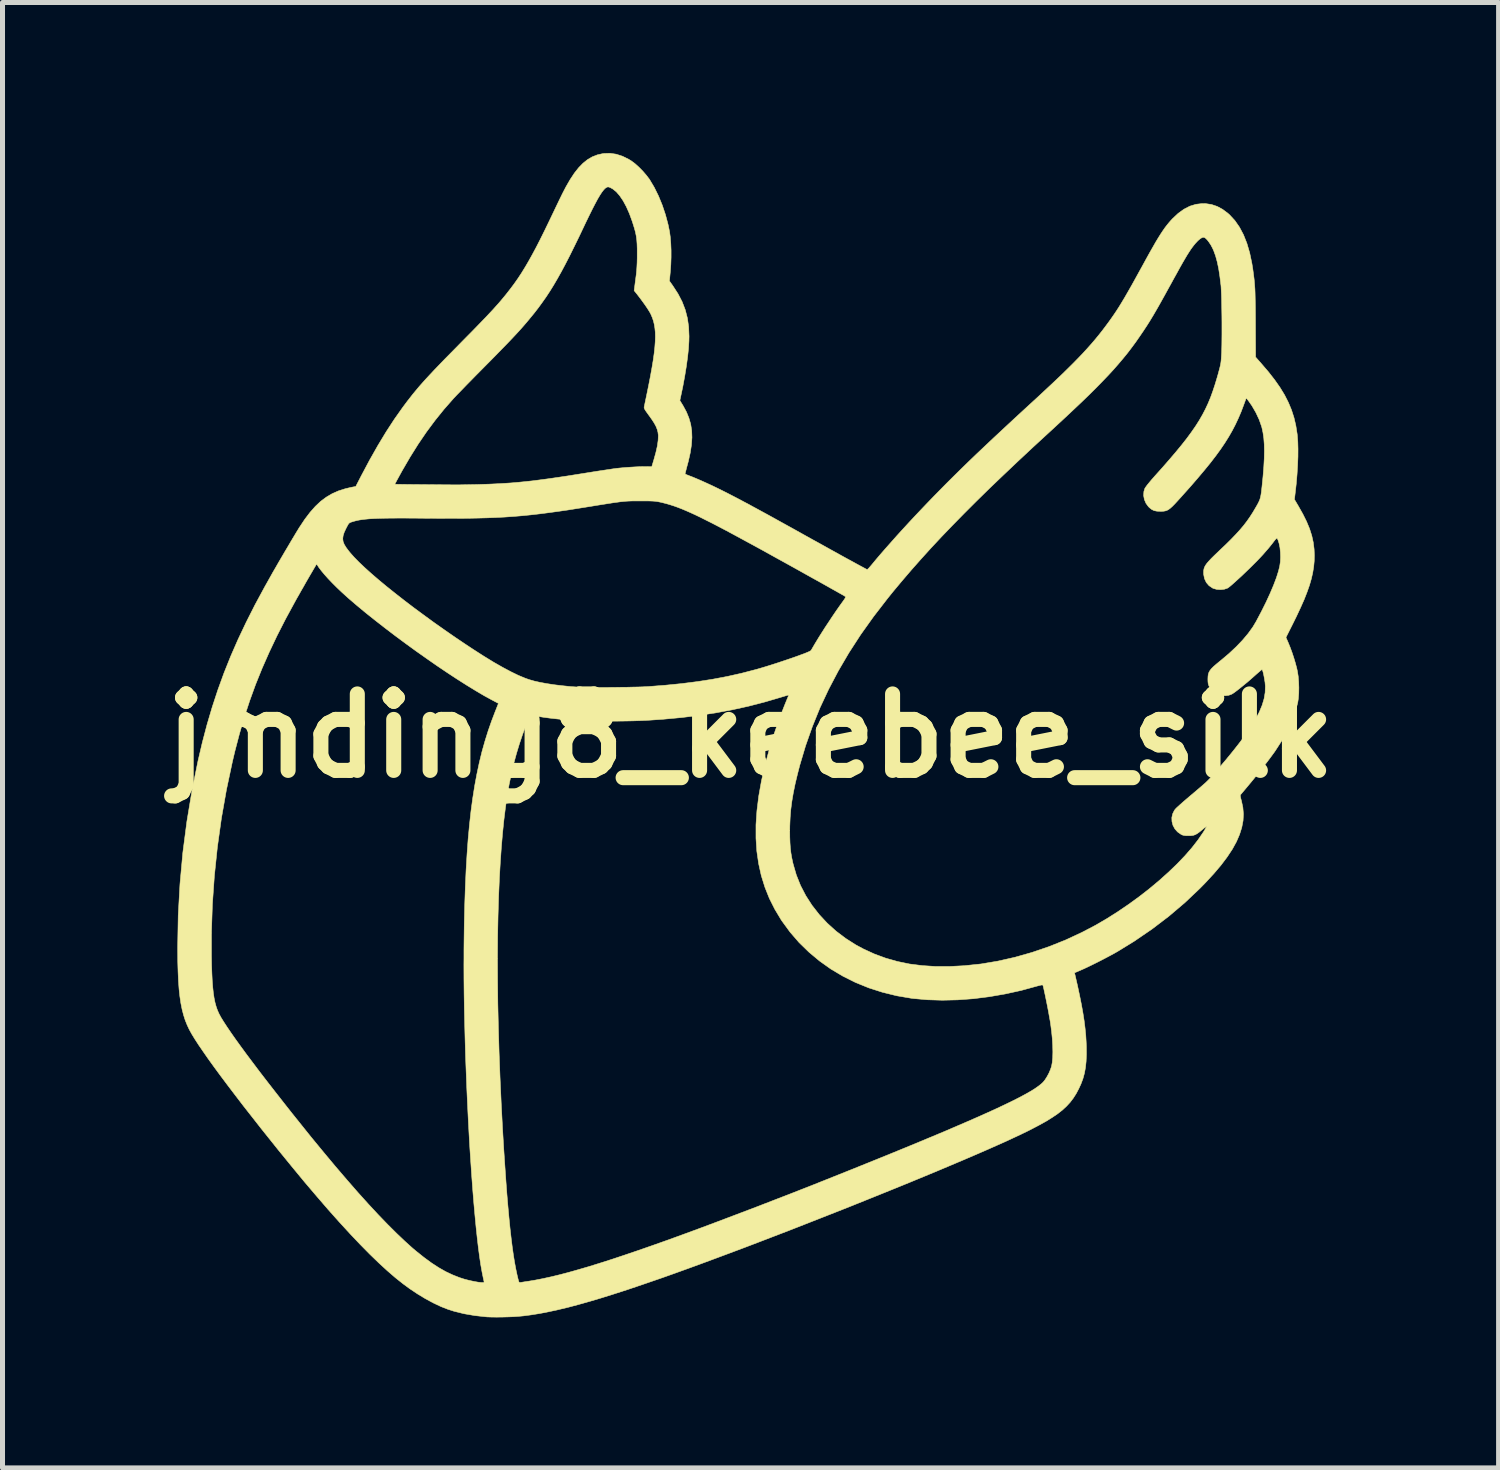
<source format=kicad_pcb>
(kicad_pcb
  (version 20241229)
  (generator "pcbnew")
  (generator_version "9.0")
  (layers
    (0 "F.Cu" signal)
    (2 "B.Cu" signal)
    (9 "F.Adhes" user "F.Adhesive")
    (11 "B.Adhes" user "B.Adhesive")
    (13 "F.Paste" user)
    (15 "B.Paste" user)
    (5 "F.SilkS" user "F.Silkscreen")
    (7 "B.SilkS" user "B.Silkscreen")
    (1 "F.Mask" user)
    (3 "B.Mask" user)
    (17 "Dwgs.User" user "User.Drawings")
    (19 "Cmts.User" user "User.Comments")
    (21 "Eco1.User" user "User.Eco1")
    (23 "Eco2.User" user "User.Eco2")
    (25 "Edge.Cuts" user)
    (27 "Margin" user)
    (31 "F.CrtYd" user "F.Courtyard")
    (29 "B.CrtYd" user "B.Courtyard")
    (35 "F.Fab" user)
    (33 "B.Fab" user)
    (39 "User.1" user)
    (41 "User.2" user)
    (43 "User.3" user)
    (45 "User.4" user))
  (footprint "jmding8_keebee_silk"
    (layer "F.Cu")
    (at 11.909 11.615)
    (property "Reference" "jmding8_keebee_silk" (at 0 0 0) (layer "F.SilkS") (effects (font (size 1.524 1.524) (thickness 0.3))))
    (attr through_hole)
    (fp_poly (pts (xy 3.69 -1.395) (xy 3.715 -1.387) (xy 3.733 -1.369) (xy 3.745 -1.338) (xy 3.752 -1.291) (xy 3.755 -1.225) (xy 3.755 -1.19) (xy 3.755 -1.15) (xy 3.754 -1.111) (xy 3.752 -1.071) (xy 3.749 -1.028) (xy 3.745 -0.979) (xy 3.739 -0.923) (xy 3.731 -0.856) (xy 3.722 -0.777) (xy 3.71 -0.684) (xy 3.696 -0.573) (xy 3.678 -0.444) (xy 3.665 -0.346) (xy 3.651 -0.235) (xy 3.637 -0.123) (xy 3.623 -0.013) (xy 3.611 0.09) (xy 3.6 0.183) (xy 3.592 0.261) (xy 3.586 0.32) (xy 3.585 0.323) (xy 3.57 0.608) (xy 3.574 0.882) (xy 3.597 1.147) (xy 3.639 1.4) (xy 3.7 1.642) (xy 3.781 1.872) (xy 3.88 2.089) (xy 3.88 2.089) (xy 3.972 2.247) (xy 4.077 2.389) (xy 4.197 2.516) (xy 4.334 2.631) (xy 4.49 2.734) (xy 4.632 2.812) (xy 4.679 2.835) (xy 4.743 2.864) (xy 4.818 2.897) (xy 4.9 2.932) (xy 4.982 2.966) (xy 5.013 2.979) (xy 5.166 3.042) (xy 5.298 3.1) (xy 5.411 3.153) (xy 5.504 3.2) (xy 5.579 3.244) (xy 5.638 3.284) (xy 5.68 3.322) (xy 5.707 3.358) (xy 5.721 3.392) (xy 5.722 3.426) (xy 5.72 3.435) (xy 5.698 3.476) (xy 5.655 3.517) (xy 5.594 3.557) (xy 5.515 3.595) (xy 5.422 3.63) (xy 5.316 3.663) (xy 5.2 3.692) (xy 5.075 3.718) (xy 4.944 3.739) (xy 4.808 3.755) (xy 4.67 3.767) (xy 4.533 3.772) (xy 4.397 3.771) (xy 4.324 3.768) (xy 4.074 3.744) (xy 3.842 3.704) (xy 3.625 3.649) (xy 3.426 3.577) (xy 3.242 3.49) (xy 3.074 3.386) (xy 2.923 3.266) (xy 2.851 3.199) (xy 2.723 3.054) (xy 2.614 2.896) (xy 2.522 2.724) (xy 2.45 2.54) (xy 2.397 2.343) (xy 2.362 2.134) (xy 2.347 1.914) (xy 2.348 1.749) (xy 2.361 1.549) (xy 2.388 1.345) (xy 2.429 1.135) (xy 2.485 0.916) (xy 2.555 0.687) (xy 2.641 0.445) (xy 2.699 0.294) (xy 2.771 0.12) (xy 2.847 -0.053) (xy 2.926 -0.225) (xy 3.008 -0.393) (xy 3.09 -0.555) (xy 3.173 -0.708) (xy 3.254 -0.851) (xy 3.333 -0.982) (xy 3.408 -1.099) (xy 3.479 -1.199) (xy 3.544 -1.28) (xy 3.58 -1.32) (xy 3.618 -1.358) (xy 3.645 -1.381) (xy 3.665 -1.393) (xy 3.684 -1.395) (xy 3.69 -1.395)) (stroke (width 0.01) (type solid)) (fill yes) (layer "F.Mask"))
    (fp_poly (pts (xy -8.642 -3.414) (xy -8.634 -3.403) (xy -8.601 -3.352) (xy -8.553 -3.289) (xy -8.49 -3.215) (xy -8.417 -3.134) (xy -8.335 -3.047) (xy -8.246 -2.958) (xy -8.152 -2.867) (xy -8.055 -2.777) (xy -7.959 -2.692) (xy -7.938 -2.673) (xy -7.77 -2.533) (xy -7.591 -2.387) (xy -7.401 -2.237) (xy -7.203 -2.085) (xy -7 -1.933) (xy -6.793 -1.781) (xy -6.584 -1.631) (xy -6.376 -1.485) (xy -6.171 -1.344) (xy -5.97 -1.21) (xy -5.777 -1.085) (xy -5.593 -0.969) (xy -5.42 -0.864) (xy -5.261 -0.773) (xy -5.156 -0.716) (xy -5.025 -0.646) (xy -5.088 -0.488) (xy -5.162 -0.294) (xy -5.231 -0.096) (xy -5.295 0.107) (xy -5.353 0.316) (xy -5.406 0.533) (xy -5.454 0.759) (xy -5.498 0.995) (xy -5.537 1.242) (xy -5.572 1.501) (xy -5.603 1.774) (xy -5.629 2.061) (xy -5.652 2.364) (xy -5.67 2.684) (xy -5.686 3.023) (xy -5.697 3.381) (xy -5.706 3.759) (xy -5.711 4.156) (xy -5.713 4.437) (xy -5.712 4.726) (xy -5.71 5.022) (xy -5.706 5.324) (xy -5.7 5.631) (xy -5.693 5.941) (xy -5.684 6.254) (xy -5.673 6.567) (xy -5.661 6.879) (xy -5.648 7.19) (xy -5.634 7.498) (xy -5.618 7.801) (xy -5.601 8.099) (xy -5.583 8.389) (xy -5.564 8.672) (xy -5.545 8.944) (xy -5.524 9.206) (xy -5.503 9.456) (xy -5.481 9.692) (xy -5.458 9.914) (xy -5.435 10.119) (xy -5.411 10.308) (xy -5.387 10.477) (xy -5.363 10.627) (xy -5.338 10.755) (xy -5.328 10.804) (xy -5.319 10.844) (xy -5.313 10.874) (xy -5.311 10.888) (xy -5.319 10.895) (xy -5.344 10.897) (xy -5.387 10.894) (xy -5.451 10.885) (xy -5.511 10.875) (xy -5.69 10.833) (xy -5.871 10.771) (xy -6.053 10.689) (xy -6.231 10.59) (xy -6.283 10.558) (xy -6.425 10.46) (xy -6.574 10.346) (xy -6.731 10.215) (xy -6.897 10.067) (xy -7.071 9.902) (xy -7.255 9.718) (xy -7.449 9.516) (xy -7.653 9.294) (xy -7.777 9.156) (xy -7.91 9.005) (xy -8.048 8.846) (xy -8.19 8.68) (xy -8.336 8.507) (xy -8.485 8.328) (xy -8.636 8.146) (xy -8.788 7.96) (xy -8.939 7.773) (xy -9.09 7.585) (xy -9.239 7.398) (xy -9.385 7.213) (xy -9.527 7.031) (xy -9.664 6.853) (xy -9.796 6.68) (xy -9.922 6.514) (xy -10.04 6.356) (xy -10.15 6.206) (xy -10.25 6.067) (xy -10.341 5.939) (xy -10.42 5.823) (xy -10.487 5.721) (xy -10.542 5.634) (xy -10.582 5.563) (xy -10.59 5.547) (xy -10.62 5.481) (xy -10.646 5.411) (xy -10.669 5.333) (xy -10.688 5.246) (xy -10.704 5.149) (xy -10.717 5.038) (xy -10.727 4.913) (xy -10.735 4.771) (xy -10.741 4.61) (xy -10.745 4.429) (xy -10.745 4.381) (xy -10.743 3.832) (xy -10.721 3.275) (xy -10.679 2.714) (xy -10.618 2.154) (xy -10.539 1.596) (xy -10.441 1.046) (xy -10.325 0.506) (xy -10.264 0.254) (xy -10.177 -0.075) (xy -10.084 -0.392) (xy -9.982 -0.701) (xy -9.872 -1.005) (xy -9.751 -1.308) (xy -9.619 -1.612) (xy -9.474 -1.921) (xy -9.314 -2.237) (xy -9.14 -2.565) (xy -9.08 -2.673) (xy -9.044 -2.738) (xy -9.002 -2.812) (xy -8.957 -2.891) (xy -8.911 -2.972) (xy -8.864 -3.054) (xy -8.819 -3.134) (xy -8.775 -3.208) (xy -8.737 -3.275) (xy -8.703 -3.332) (xy -8.677 -3.377) (xy -8.659 -3.406) (xy -8.651 -3.417) (xy -8.642 -3.414)) (stroke (width 0.01) (type solid)) (fill yes) (layer "F.Mask"))
    (fp_poly (pts (xy -2.088 -4.681) (xy -1.995 -4.678) (xy -1.915 -4.673) (xy -1.844 -4.665) (xy -1.775 -4.653) (xy -1.706 -4.636) (xy -1.63 -4.613) (xy -1.543 -4.585) (xy -1.419 -4.539) (xy -1.278 -4.481) (xy -1.118 -4.409) (xy -0.94 -4.325) (xy -0.743 -4.227) (xy -0.528 -4.115) (xy -0.312 -4) (xy -0.253 -3.968) (xy -0.18 -3.928) (xy -0.094 -3.881) (xy 0.004 -3.828) (xy 0.111 -3.769) (xy 0.225 -3.706) (xy 0.347 -3.638) (xy 0.473 -3.569) (xy 0.603 -3.497) (xy 0.735 -3.424) (xy 0.866 -3.351) (xy 0.997 -3.278) (xy 1.124 -3.208) (xy 1.247 -3.139) (xy 1.364 -3.074) (xy 1.473 -3.013) (xy 1.573 -2.957) (xy 1.662 -2.908) (xy 1.738 -2.865) (xy 1.801 -2.829) (xy 1.848 -2.802) (xy 1.878 -2.785) (xy 1.889 -2.778) (xy 1.89 -2.768) (xy 1.881 -2.748) (xy 1.862 -2.715) (xy 1.832 -2.668) (xy 1.789 -2.606) (xy 1.749 -2.55) (xy 1.65 -2.407) (xy 1.551 -2.26) (xy 1.455 -2.114) (xy 1.367 -1.974) (xy 1.29 -1.845) (xy 1.276 -1.822) (xy 1.254 -1.781) (xy 1.236 -1.75) (xy 1.22 -1.725) (xy 1.203 -1.705) (xy 1.182 -1.688) (xy 1.155 -1.672) (xy 1.118 -1.656) (xy 1.069 -1.637) (xy 1.006 -1.614) (xy 0.924 -1.585) (xy 0.901 -1.576) (xy 0.592 -1.469) (xy 0.291 -1.374) (xy -0.006 -1.291) (xy -0.304 -1.218) (xy -0.605 -1.155) (xy -0.912 -1.102) (xy -1.23 -1.057) (xy -1.563 -1.02) (xy -1.912 -0.991) (xy -2.049 -0.981) (xy -2.116 -0.978) (xy -2.201 -0.975) (xy -2.301 -0.972) (xy -2.413 -0.969) (xy -2.533 -0.967) (xy -2.658 -0.966) (xy -2.786 -0.965) (xy -2.911 -0.964) (xy -3.032 -0.964) (xy -3.145 -0.964) (xy -3.246 -0.965) (xy -3.332 -0.967) (xy -3.4 -0.969) (xy -3.423 -0.97) (xy -3.594 -0.983) (xy -3.761 -0.999) (xy -3.921 -1.019) (xy -4.07 -1.041) (xy -4.205 -1.067) (xy -4.324 -1.094) (xy -4.416 -1.121) (xy -4.538 -1.166) (xy -4.674 -1.227) (xy -4.826 -1.302) (xy -4.992 -1.393) (xy -5.174 -1.5) (xy -5.372 -1.622) (xy -5.585 -1.759) (xy -5.815 -1.913) (xy -6.061 -2.082) (xy -6.281 -2.238) (xy -6.509 -2.403) (xy -6.726 -2.564) (xy -6.93 -2.719) (xy -7.121 -2.868) (xy -7.298 -3.011) (xy -7.459 -3.147) (xy -7.606 -3.276) (xy -7.736 -3.395) (xy -7.849 -3.506) (xy -7.944 -3.608) (xy -8.021 -3.699) (xy -8.079 -3.779) (xy -8.088 -3.794) (xy -8.111 -3.833) (xy -8.123 -3.862) (xy -8.127 -3.893) (xy -8.126 -3.936) (xy -8.126 -3.939) (xy -8.122 -3.978) (xy -8.114 -4.014) (xy -8.1 -4.053) (xy -8.078 -4.102) (xy -8.064 -4.129) (xy -8.038 -4.179) (xy -8.019 -4.213) (xy -8.003 -4.235) (xy -7.986 -4.248) (xy -7.965 -4.258) (xy -7.955 -4.262) (xy -7.92 -4.272) (xy -7.87 -4.284) (xy -7.815 -4.295) (xy -7.793 -4.299) (xy -7.74 -4.308) (xy -7.686 -4.315) (xy -7.629 -4.321) (xy -7.566 -4.326) (xy -7.497 -4.331) (xy -7.419 -4.334) (xy -7.331 -4.336) (xy -7.23 -4.338) (xy -7.116 -4.339) (xy -6.985 -4.339) (xy -6.836 -4.339) (xy -6.668 -4.338) (xy -6.494 -4.336) (xy -6.231 -4.334) (xy -5.989 -4.334) (xy -5.765 -4.334) (xy -5.556 -4.336) (xy -5.36 -4.34) (xy -5.174 -4.346) (xy -4.997 -4.354) (xy -4.824 -4.364) (xy -4.655 -4.377) (xy -4.485 -4.392) (xy -4.313 -4.41) (xy -4.137 -4.432) (xy -3.953 -4.456) (xy -3.759 -4.483) (xy -3.553 -4.515) (xy -3.332 -4.55) (xy -3.192 -4.572) (xy -3.051 -4.595) (xy -2.931 -4.614) (xy -2.828 -4.631) (xy -2.74 -4.644) (xy -2.664 -4.655) (xy -2.599 -4.663) (xy -2.541 -4.67) (xy -2.487 -4.675) (xy -2.436 -4.678) (xy -2.385 -4.68) (xy -2.33 -4.681) (xy -2.27 -4.681) (xy -2.202 -4.681) (xy -2.199 -4.681) (xy -2.088 -4.681)) (stroke (width 0.01) (type solid)) (fill yes) (layer "F.Mask"))
    (fp_poly (pts (xy 0.758 -0.804) (xy 0.716 -0.7) (xy 0.681 -0.613) (xy 0.651 -0.538) (xy 0.625 -0.471) (xy 0.601 -0.408) (xy 0.577 -0.344) (xy 0.552 -0.275) (xy 0.551 -0.271) (xy 0.431 0.08) (xy 0.331 0.417) (xy 0.249 0.742) (xy 0.185 1.055) (xy 0.14 1.356) (xy 0.114 1.645) (xy 0.106 1.923) (xy 0.117 2.191) (xy 0.146 2.448) (xy 0.193 2.694) (xy 0.208 2.754) (xy 0.24 2.874) (xy 0.274 2.982) (xy 0.311 3.084) (xy 0.355 3.189) (xy 0.408 3.304) (xy 0.427 3.342) (xy 0.553 3.573) (xy 0.698 3.793) (xy 0.863 4.002) (xy 1.044 4.197) (xy 1.242 4.379) (xy 1.455 4.547) (xy 1.682 4.699) (xy 1.922 4.835) (xy 2.174 4.953) (xy 2.436 5.053) (xy 2.59 5.102) (xy 2.861 5.17) (xy 3.145 5.221) (xy 3.441 5.254) (xy 3.746 5.269) (xy 4.06 5.266) (xy 4.381 5.246) (xy 4.707 5.209) (xy 5.036 5.154) (xy 5.367 5.082) (xy 5.699 4.992) (xy 5.707 4.989) (xy 5.766 4.973) (xy 5.804 4.966) (xy 5.823 4.966) (xy 5.825 4.969) (xy 5.835 5.001) (xy 5.847 5.053) (xy 5.862 5.121) (xy 5.879 5.202) (xy 5.897 5.292) (xy 5.916 5.388) (xy 5.935 5.487) (xy 5.952 5.585) (xy 5.969 5.68) (xy 5.983 5.767) (xy 5.995 5.844) (xy 6 5.877) (xy 6.009 5.954) (xy 6.015 6.042) (xy 6.019 6.136) (xy 6.021 6.232) (xy 6.021 6.326) (xy 6.019 6.413) (xy 6.014 6.489) (xy 6.007 6.549) (xy 6.001 6.581) (xy 5.977 6.652) (xy 5.944 6.727) (xy 5.905 6.8) (xy 5.865 6.862) (xy 5.831 6.903) (xy 5.785 6.946) (xy 5.725 6.992) (xy 5.65 7.042) (xy 5.56 7.097) (xy 5.455 7.156) (xy 5.333 7.221) (xy 5.194 7.291) (xy 5.036 7.367) (xy 4.86 7.449) (xy 4.665 7.538) (xy 4.45 7.633) (xy 4.214 7.736) (xy 4.122 7.776) (xy 3.893 7.873) (xy 3.645 7.978) (xy 3.38 8.088) (xy 3.1 8.204) (xy 2.807 8.324) (xy 2.504 8.447) (xy 2.192 8.573) (xy 1.874 8.7) (xy 1.553 8.828) (xy 1.23 8.956) (xy 0.907 9.083) (xy 0.588 9.208) (xy 0.273 9.33) (xy -0.034 9.448) (xy -0.331 9.561) (xy -0.438 9.602) (xy -0.82 9.745) (xy -1.182 9.88) (xy -1.524 10.004) (xy -1.847 10.12) (xy -2.151 10.227) (xy -2.438 10.325) (xy -2.708 10.415) (xy -2.961 10.497) (xy -3.198 10.57) (xy -3.421 10.636) (xy -3.628 10.694) (xy -3.822 10.745) (xy -4.003 10.789) (xy -4.171 10.825) (xy -4.327 10.855) (xy -4.457 10.876) (xy -4.504 10.883) (xy -4.548 10.889) (xy -4.579 10.894) (xy -4.58 10.894) (xy -4.616 10.9) (xy -4.645 10.775) (xy -4.671 10.658) (xy -4.696 10.531) (xy -4.719 10.393) (xy -4.742 10.242) (xy -4.764 10.079) (xy -4.785 9.901) (xy -4.805 9.708) (xy -4.825 9.498) (xy -4.845 9.27) (xy -4.865 9.024) (xy -4.884 8.757) (xy -4.904 8.47) (xy -4.918 8.249) (xy -4.945 7.791) (xy -4.969 7.333) (xy -4.99 6.879) (xy -5.007 6.429) (xy -5.021 5.986) (xy -5.032 5.551) (xy -5.039 5.127) (xy -5.043 4.714) (xy -5.043 4.316) (xy -5.04 3.933) (xy -5.033 3.568) (xy -5.023 3.222) (xy -5.011 2.933) (xy -4.993 2.608) (xy -4.973 2.305) (xy -4.951 2.021) (xy -4.925 1.755) (xy -4.895 1.505) (xy -4.862 1.268) (xy -4.825 1.044) (xy -4.784 0.831) (xy -4.738 0.626) (xy -4.687 0.427) (xy -4.631 0.234) (xy -4.569 0.045) (xy -4.501 -0.144) (xy -4.47 -0.223) (xy -4.443 -0.292) (xy -4.423 -0.342) (xy -4.408 -0.377) (xy -4.396 -0.398) (xy -4.387 -0.409) (xy -4.377 -0.413) (xy -4.367 -0.411) (xy -4.365 -0.411) (xy -4.265 -0.392) (xy -4.147 -0.373) (xy -4.015 -0.355) (xy -3.872 -0.338) (xy -3.725 -0.323) (xy -3.576 -0.31) (xy -3.431 -0.3) (xy -3.412 -0.299) (xy -3.327 -0.296) (xy -3.223 -0.293) (xy -3.104 -0.292) (xy -2.974 -0.291) (xy -2.835 -0.291) (xy -2.693 -0.292) (xy -2.55 -0.294) (xy -2.412 -0.297) (xy -2.28 -0.3) (xy -2.161 -0.304) (xy -2.056 -0.309) (xy -2.003 -0.312) (xy -1.623 -0.34) (xy -1.261 -0.377) (xy -0.915 -0.422) (xy -0.581 -0.477) (xy -0.256 -0.541) (xy 0.063 -0.615) (xy 0.38 -0.701) (xy 0.598 -0.766) (xy 0.655 -0.783) (xy 0.703 -0.796) (xy 0.738 -0.804) (xy 0.756 -0.806) (xy 0.758 -0.804)) (stroke (width 0.01) (type solid)) (fill yes) (layer "F.Mask"))
    (fp_poly (pts (xy -2.678 -11.592) (xy -2.554 -11.552) (xy -2.43 -11.491) (xy -2.376 -11.458) (xy -2.304 -11.404) (xy -2.227 -11.335) (xy -2.15 -11.257) (xy -2.079 -11.175) (xy -2.018 -11.095) (xy -2.01 -11.083) (xy -1.919 -10.93) (xy -1.835 -10.76) (xy -1.76 -10.577) (xy -1.696 -10.386) (xy -1.644 -10.191) (xy -1.615 -10.05) (xy -1.6 -9.941) (xy -1.59 -9.815) (xy -1.584 -9.678) (xy -1.584 -9.535) (xy -1.589 -9.393) (xy -1.598 -9.263) (xy -1.617 -9.065) (xy -1.549 -8.969) (xy -1.446 -8.81) (xy -1.364 -8.652) (xy -1.302 -8.491) (xy -1.259 -8.325) (xy -1.234 -8.151) (xy -1.226 -7.964) (xy -1.228 -7.868) (xy -1.237 -7.717) (xy -1.255 -7.548) (xy -1.28 -7.363) (xy -1.312 -7.167) (xy -1.35 -6.961) (xy -1.381 -6.814) (xy -1.409 -6.683) (xy -1.345 -6.579) (xy -1.279 -6.457) (xy -1.229 -6.335) (xy -1.193 -6.211) (xy -1.173 -6.082) (xy -1.168 -5.946) (xy -1.178 -5.799) (xy -1.202 -5.64) (xy -1.241 -5.467) (xy -1.259 -5.401) (xy -1.275 -5.342) (xy -1.288 -5.29) (xy -1.298 -5.25) (xy -1.304 -5.227) (xy -1.305 -5.222) (xy -1.295 -5.214) (xy -1.268 -5.201) (xy -1.231 -5.187) (xy -1.227 -5.185) (xy -1.161 -5.16) (xy -1.079 -5.126) (xy -0.984 -5.085) (xy -0.88 -5.038) (xy -0.769 -4.987) (xy -0.657 -4.933) (xy -0.546 -4.878) (xy -0.468 -4.839) (xy -0.397 -4.802) (xy -0.329 -4.767) (xy -0.26 -4.731) (xy -0.191 -4.695) (xy -0.119 -4.656) (xy -0.042 -4.616) (xy 0.039 -4.571) (xy 0.128 -4.523) (xy 0.225 -4.47) (xy 0.332 -4.412) (xy 0.45 -4.347) (xy 0.581 -4.274) (xy 0.726 -4.194) (xy 0.887 -4.105) (xy 1.064 -4.006) (xy 1.26 -3.897) (xy 1.297 -3.877) (xy 1.438 -3.799) (xy 1.574 -3.723) (xy 1.703 -3.652) (xy 1.823 -3.585) (xy 1.934 -3.524) (xy 2.034 -3.47) (xy 2.121 -3.422) (xy 2.195 -3.382) (xy 2.253 -3.351) (xy 2.295 -3.328) (xy 2.319 -3.316) (xy 2.324 -3.314) (xy 2.337 -3.323) (xy 2.36 -3.346) (xy 2.39 -3.38) (xy 2.419 -3.414) (xy 2.494 -3.505) (xy 2.584 -3.611) (xy 2.685 -3.727) (xy 2.795 -3.851) (xy 2.911 -3.982) (xy 3.032 -4.115) (xy 3.155 -4.249) (xy 3.278 -4.381) (xy 3.365 -4.473) (xy 3.503 -4.618) (xy 3.638 -4.758) (xy 3.774 -4.897) (xy 3.91 -5.035) (xy 4.05 -5.174) (xy 4.194 -5.316) (xy 4.344 -5.462) (xy 4.501 -5.613) (xy 4.668 -5.771) (xy 4.845 -5.938) (xy 5.034 -6.114) (xy 5.237 -6.303) (xy 5.455 -6.504) (xy 5.553 -6.594) (xy 5.734 -6.76) (xy 5.899 -6.914) (xy 6.049 -7.054) (xy 6.186 -7.184) (xy 6.309 -7.304) (xy 6.422 -7.416) (xy 6.525 -7.521) (xy 6.62 -7.62) (xy 6.707 -7.715) (xy 6.789 -7.807) (xy 6.866 -7.897) (xy 6.94 -7.987) (xy 7.012 -8.078) (xy 7.082 -8.171) (xy 7.139 -8.248) (xy 7.192 -8.322) (xy 7.244 -8.397) (xy 7.295 -8.473) (xy 7.347 -8.554) (xy 7.4 -8.641) (xy 7.457 -8.736) (xy 7.518 -8.842) (xy 7.586 -8.961) (xy 7.66 -9.094) (xy 7.743 -9.245) (xy 7.799 -9.346) (xy 7.881 -9.496) (xy 7.954 -9.628) (xy 8.019 -9.742) (xy 8.076 -9.842) (xy 8.128 -9.928) (xy 8.175 -10.003) (xy 8.219 -10.069) (xy 8.26 -10.128) (xy 8.3 -10.18) (xy 8.34 -10.229) (xy 8.381 -10.276) (xy 8.41 -10.307) (xy 8.522 -10.412) (xy 8.637 -10.495) (xy 8.755 -10.556) (xy 8.876 -10.593) (xy 9 -10.608) (xy 9.068 -10.607) (xy 9.188 -10.589) (xy 9.3 -10.551) (xy 9.408 -10.493) (xy 9.513 -10.414) (xy 9.548 -10.383) (xy 9.652 -10.27) (xy 9.744 -10.138) (xy 9.824 -9.987) (xy 9.892 -9.816) (xy 9.948 -9.625) (xy 9.992 -9.415) (xy 10.009 -9.311) (xy 10.019 -9.236) (xy 10.028 -9.168) (xy 10.036 -9.104) (xy 10.042 -9.041) (xy 10.047 -8.976) (xy 10.052 -8.908) (xy 10.055 -8.834) (xy 10.057 -8.751) (xy 10.059 -8.655) (xy 10.061 -8.546) (xy 10.062 -8.42) (xy 10.063 -8.274) (xy 10.063 -8.216) (xy 10.066 -7.548) (xy 10.171 -7.429) (xy 10.317 -7.259) (xy 10.443 -7.098) (xy 10.552 -6.943) (xy 10.644 -6.792) (xy 10.72 -6.642) (xy 10.782 -6.493) (xy 10.831 -6.34) (xy 10.868 -6.182) (xy 10.894 -6.016) (xy 10.898 -5.978) (xy 10.907 -5.858) (xy 10.911 -5.718) (xy 10.91 -5.562) (xy 10.903 -5.392) (xy 10.892 -5.212) (xy 10.876 -5.025) (xy 10.858 -4.864) (xy 10.84 -4.711) (xy 10.915 -4.584) (xy 11.007 -4.421) (xy 11.082 -4.27) (xy 11.141 -4.128) (xy 11.185 -3.99) (xy 11.215 -3.855) (xy 11.232 -3.72) (xy 11.237 -3.596) (xy 11.234 -3.481) (xy 11.223 -3.366) (xy 11.204 -3.249) (xy 11.176 -3.127) (xy 11.139 -2.999) (xy 11.091 -2.863) (xy 11.033 -2.715) (xy 10.962 -2.555) (xy 10.88 -2.38) (xy 10.812 -2.242) (xy 10.671 -1.961) (xy 10.717 -1.855) (xy 10.754 -1.764) (xy 10.792 -1.661) (xy 10.828 -1.552) (xy 10.86 -1.445) (xy 10.886 -1.347) (xy 10.9 -1.282) (xy 10.915 -1.185) (xy 10.924 -1.075) (xy 10.928 -0.961) (xy 10.926 -0.848) (xy 10.918 -0.744) (xy 10.906 -0.664) (xy 10.86 -0.485) (xy 10.793 -0.3) (xy 10.705 -0.109) (xy 10.594 0.089) (xy 10.462 0.293) (xy 10.445 0.318) (xy 10.378 0.41) (xy 10.299 0.516) (xy 10.21 0.631) (xy 10.114 0.753) (xy 10.015 0.876) (xy 9.914 0.998) (xy 9.816 1.115) (xy 9.77 1.169) (xy 9.763 1.18) (xy 9.761 1.195) (xy 9.764 1.219) (xy 9.773 1.257) (xy 9.784 1.298) (xy 9.812 1.428) (xy 9.823 1.559) (xy 9.816 1.692) (xy 9.79 1.828) (xy 9.746 1.967) (xy 9.684 2.111) (xy 9.602 2.26) (xy 9.5 2.414) (xy 9.379 2.575) (xy 9.237 2.743) (xy 9.075 2.919) (xy 8.96 3.037) (xy 8.656 3.325) (xy 8.337 3.596) (xy 8.001 3.852) (xy 7.647 4.094) (xy 7.32 4.295) (xy 7.236 4.343) (xy 7.137 4.396) (xy 7.029 4.453) (xy 6.918 4.51) (xy 6.809 4.564) (xy 6.708 4.613) (xy 6.619 4.654) (xy 6.597 4.663) (xy 6.457 4.724) (xy 6.467 4.766) (xy 6.517 4.983) (xy 6.559 5.18) (xy 6.595 5.36) (xy 6.625 5.527) (xy 6.649 5.681) (xy 6.667 5.827) (xy 6.681 5.966) (xy 6.689 6.101) (xy 6.693 6.194) (xy 6.694 6.351) (xy 6.688 6.489) (xy 6.675 6.613) (xy 6.654 6.727) (xy 6.624 6.836) (xy 6.584 6.942) (xy 6.54 7.037) (xy 6.489 7.133) (xy 6.433 7.221) (xy 6.37 7.304) (xy 6.298 7.382) (xy 6.216 7.458) (xy 6.122 7.532) (xy 6.013 7.606) (xy 5.889 7.683) (xy 5.746 7.762) (xy 5.584 7.847) (xy 5.536 7.871) (xy 5.405 7.935) (xy 5.254 8.006) (xy 5.084 8.085) (xy 4.895 8.169) (xy 4.69 8.26) (xy 4.47 8.355) (xy 4.235 8.456) (xy 3.987 8.561) (xy 3.728 8.67) (xy 3.458 8.782) (xy 3.18 8.897) (xy 2.893 9.014) (xy 2.599 9.133) (xy 2.301 9.253) (xy 1.998 9.375) (xy 1.692 9.496) (xy 1.384 9.617) (xy 1.076 9.738) (xy 0.77 9.858) (xy 0.465 9.975) (xy 0.163 10.091) (xy -0.133 10.204) (xy -0.424 10.313) (xy -0.708 10.419) (xy -0.983 10.521) (xy -1.249 10.618) (xy -1.504 10.71) (xy -1.746 10.796) (xy -1.841 10.829) (xy -2.152 10.936) (xy -2.442 11.034) (xy -2.714 11.122) (xy -2.969 11.202) (xy -3.208 11.273) (xy -3.432 11.336) (xy -3.642 11.392) (xy -3.84 11.439) (xy -4.027 11.48) (xy -4.203 11.514) (xy -4.371 11.541) (xy -4.531 11.562) (xy -4.543 11.563) (xy -4.63 11.571) (xy -4.731 11.578) (xy -4.841 11.582) (xy -4.953 11.585) (xy -5.061 11.586) (xy -5.161 11.585) (xy -5.246 11.582) (xy -5.271 11.58) (xy -5.497 11.555) (xy -5.712 11.518) (xy -5.91 11.469) (xy -6.032 11.43) (xy -6.172 11.375) (xy -6.322 11.304) (xy -6.478 11.22) (xy -6.637 11.124) (xy -6.794 11.019) (xy -6.926 10.922) (xy -7.078 10.801) (xy -7.239 10.662) (xy -7.41 10.505) (xy -7.591 10.33) (xy -7.781 10.137) (xy -7.982 9.925) (xy -8.193 9.695) (xy -8.415 9.446) (xy -8.647 9.177) (xy -8.891 8.89) (xy -9.145 8.582) (xy -9.411 8.256) (xy -9.555 8.076) (xy -9.75 7.832) (xy -9.934 7.597) (xy -10.109 7.374) (xy -10.272 7.161) (xy -10.424 6.961) (xy -10.565 6.773) (xy -10.693 6.599) (xy -10.809 6.438) (xy -10.911 6.291) (xy -11.001 6.16) (xy -11.076 6.044) (xy -11.137 5.944) (xy -11.183 5.861) (xy -11.186 5.856) (xy -11.229 5.764) (xy -11.268 5.667) (xy -11.301 5.564) (xy -11.33 5.452) (xy -11.354 5.331) (xy -11.374 5.197) (xy -11.39 5.051) (xy -11.402 4.888) (xy -11.41 4.709) (xy -11.416 4.511) (xy -11.417 4.381) (xy -10.745 4.381) (xy -10.742 4.568) (xy -10.736 4.734) (xy -10.729 4.88) (xy -10.719 5.009) (xy -10.707 5.123) (xy -10.692 5.224) (xy -10.674 5.313) (xy -10.652 5.393) (xy -10.627 5.465) (xy -10.598 5.531) (xy -10.59 5.547) (xy -10.554 5.614) (xy -10.502 5.698) (xy -10.437 5.798) (xy -10.359 5.913) (xy -10.268 6.043) (xy -10.164 6.187) (xy -10.049 6.344) (xy -9.922 6.513) (xy -9.785 6.695) (xy -9.637 6.887) (xy -9.48 7.089) (xy -9.314 7.301) (xy -9.14 7.522) (xy -9.01 7.684) (xy -8.755 8.002) (xy -8.508 8.302) (xy -8.271 8.586) (xy -8.043 8.852) (xy -7.825 9.102) (xy -7.617 9.333) (xy -7.419 9.546) (xy -7.232 9.74) (xy -7.055 9.916) (xy -6.89 10.073) (xy -6.737 10.211) (xy -6.668 10.269) (xy -6.508 10.397) (xy -6.358 10.507) (xy -6.215 10.6) (xy -6.076 10.679) (xy -5.938 10.744) (xy -5.799 10.799) (xy -5.776 10.806) (xy -5.708 10.828) (xy -5.636 10.847) (xy -5.563 10.864) (xy -5.494 10.878) (xy -5.431 10.889) (xy -5.378 10.895) (xy -5.339 10.897) (xy -5.315 10.894) (xy -5.311 10.888) (xy -5.313 10.872) (xy -5.32 10.84) (xy -5.328 10.804) (xy -5.352 10.686) (xy -5.377 10.545) (xy -5.401 10.384) (xy -5.425 10.204) (xy -5.448 10.006) (xy -5.471 9.791) (xy -5.493 9.561) (xy -5.515 9.317) (xy -5.536 9.06) (xy -5.556 8.792) (xy -5.575 8.513) (xy -5.594 8.226) (xy -5.611 7.931) (xy -5.627 7.63) (xy -5.642 7.324) (xy -5.656 7.014) (xy -5.668 6.702) (xy -5.68 6.389) (xy -5.689 6.076) (xy -5.697 5.764) (xy -5.704 5.456) (xy -5.709 5.151) (xy -5.712 4.852) (xy -5.713 4.56) (xy -5.712 4.433) (xy -5.044 4.433) (xy -5.042 4.881) (xy -5.037 5.344) (xy -5.026 5.82) (xy -5.012 6.309) (xy -4.993 6.808) (xy -4.97 7.316) (xy -4.943 7.832) (xy -4.918 8.249) (xy -4.897 8.562) (xy -4.877 8.852) (xy -4.857 9.122) (xy -4.836 9.371) (xy -4.815 9.601) (xy -4.794 9.812) (xy -4.772 10.006) (xy -4.75 10.184) (xy -4.727 10.346) (xy -4.703 10.494) (xy -4.678 10.628) (xy -4.652 10.75) (xy -4.635 10.821) (xy -4.624 10.862) (xy -4.616 10.885) (xy -4.606 10.895) (xy -4.591 10.895) (xy -4.579 10.894) (xy -4.553 10.89) (xy -4.51 10.883) (xy -4.458 10.875) (xy -4.422 10.87) (xy -4.285 10.847) (xy -4.137 10.818) (xy -3.978 10.783) (xy -3.808 10.742) (xy -3.625 10.694) (xy -3.43 10.639) (xy -3.221 10.578) (xy -2.999 10.509) (xy -2.761 10.433) (xy -2.509 10.349) (xy -2.241 10.258) (xy -1.957 10.159) (xy -1.655 10.052) (xy -1.336 9.936) (xy -0.999 9.812) (xy -0.644 9.679) (xy -0.269 9.537) (xy 0.126 9.387) (xy 0.534 9.229) (xy 0.765 9.14) (xy 1.007 9.045) (xy 1.259 8.946) (xy 1.517 8.843) (xy 1.78 8.738) (xy 2.045 8.632) (xy 2.31 8.525) (xy 2.572 8.419) (xy 2.828 8.315) (xy 3.077 8.213) (xy 3.315 8.115) (xy 3.54 8.021) (xy 3.751 7.933) (xy 3.944 7.852) (xy 4.054 7.804) (xy 4.301 7.698) (xy 4.527 7.599) (xy 4.733 7.507) (xy 4.919 7.422) (xy 5.086 7.343) (xy 5.236 7.27) (xy 5.368 7.203) (xy 5.483 7.141) (xy 5.583 7.084) (xy 5.667 7.032) (xy 5.737 6.983) (xy 5.794 6.938) (xy 5.831 6.903) (xy 5.869 6.856) (xy 5.909 6.793) (xy 5.947 6.722) (xy 5.978 6.649) (xy 5.999 6.587) (xy 6.013 6.51) (xy 6.022 6.414) (xy 6.025 6.301) (xy 6.022 6.175) (xy 6.014 6.039) (xy 6 5.896) (xy 5.981 5.749) (xy 5.98 5.744) (xy 5.97 5.679) (xy 5.956 5.603) (xy 5.941 5.517) (xy 5.924 5.427) (xy 5.906 5.336) (xy 5.888 5.247) (xy 5.871 5.164) (xy 5.855 5.091) (xy 5.842 5.031) (xy 5.831 4.987) (xy 5.825 4.969) (xy 5.813 4.965) (xy 5.782 4.97) (xy 5.73 4.983) (xy 5.707 4.989) (xy 5.393 5.075) (xy 5.075 5.145) (xy 4.757 5.2) (xy 4.44 5.24) (xy 4.127 5.263) (xy 3.822 5.27) (xy 3.527 5.261) (xy 3.245 5.236) (xy 3.205 5.231) (xy 2.912 5.181) (xy 2.628 5.111) (xy 2.354 5.023) (xy 2.091 4.916) (xy 1.839 4.79) (xy 1.6 4.648) (xy 1.375 4.488) (xy 1.164 4.312) (xy 0.968 4.121) (xy 0.789 3.914) (xy 0.627 3.693) (xy 0.609 3.666) (xy 0.483 3.456) (xy 0.375 3.241) (xy 0.286 3.018) (xy 0.214 2.787) (xy 0.161 2.548) (xy 0.125 2.3) (xy 0.108 2.042) (xy 0.108 1.888) (xy 0.781 1.888) (xy 0.782 2.019) (xy 0.786 2.132) (xy 0.793 2.234) (xy 0.804 2.33) (xy 0.82 2.425) (xy 0.841 2.524) (xy 0.849 2.557) (xy 0.912 2.774) (xy 0.996 2.984) (xy 1.101 3.186) (xy 1.225 3.379) (xy 1.368 3.562) (xy 1.528 3.734) (xy 1.705 3.894) (xy 1.897 4.039) (xy 2.103 4.17) (xy 2.249 4.248) (xy 2.469 4.349) (xy 2.695 4.432) (xy 2.928 4.498) (xy 3.17 4.548) (xy 3.423 4.58) (xy 3.688 4.597) (xy 3.967 4.597) (xy 4.26 4.582) (xy 4.594 4.547) (xy 4.932 4.49) (xy 5.272 4.413) (xy 5.613 4.316) (xy 5.95 4.201) (xy 6.282 4.068) (xy 6.606 3.917) (xy 6.877 3.775) (xy 7.098 3.646) (xy 7.318 3.507) (xy 7.534 3.36) (xy 7.746 3.206) (xy 7.95 3.047) (xy 8.145 2.884) (xy 8.329 2.719) (xy 8.501 2.554) (xy 8.658 2.39) (xy 8.799 2.228) (xy 8.921 2.071) (xy 9.022 1.923) (xy 9.049 1.88) (xy 9.07 1.844) (xy 9.083 1.819) (xy 9.086 1.81) (xy 9.078 1.813) (xy 9.056 1.828) (xy 9.025 1.852) (xy 9.003 1.871) (xy 8.945 1.918) (xy 8.899 1.951) (xy 8.859 1.972) (xy 8.82 1.985) (xy 8.775 1.99) (xy 8.728 1.991) (xy 8.674 1.99) (xy 8.635 1.985) (xy 8.603 1.976) (xy 8.581 1.965) (xy 8.511 1.916) (xy 8.457 1.855) (xy 8.419 1.785) (xy 8.399 1.709) (xy 8.396 1.631) (xy 8.413 1.555) (xy 8.448 1.484) (xy 8.469 1.458) (xy 8.487 1.439) (xy 8.522 1.407) (xy 8.568 1.365) (xy 8.625 1.315) (xy 8.69 1.259) (xy 8.76 1.199) (xy 8.795 1.17) (xy 8.879 1.099) (xy 8.948 1.04) (xy 9.005 0.991) (xy 9.053 0.949) (xy 9.095 0.91) (xy 9.132 0.873) (xy 9.169 0.834) (xy 9.208 0.791) (xy 9.251 0.742) (xy 9.301 0.682) (xy 9.351 0.623) (xy 9.46 0.495) (xy 9.555 0.38) (xy 9.638 0.277) (xy 9.712 0.183) (xy 9.779 0.096) (xy 9.84 0.012) (xy 9.898 -0.071) (xy 9.955 -0.156) (xy 9.968 -0.175) (xy 10.063 -0.329) (xy 10.139 -0.473) (xy 10.196 -0.609) (xy 10.235 -0.739) (xy 10.256 -0.864) (xy 10.26 -0.986) (xy 10.254 -1.062) (xy 10.245 -1.119) (xy 10.235 -1.177) (xy 10.224 -1.231) (xy 10.213 -1.276) (xy 10.202 -1.307) (xy 10.194 -1.321) (xy 10.193 -1.321) (xy 10.183 -1.314) (xy 10.158 -1.294) (xy 10.123 -1.264) (xy 10.079 -1.226) (xy 10.049 -1.199) (xy 9.977 -1.135) (xy 9.903 -1.071) (xy 9.83 -1.011) (xy 9.761 -0.955) (xy 9.699 -0.906) (xy 9.646 -0.866) (xy 9.606 -0.839) (xy 9.588 -0.829) (xy 9.531 -0.808) (xy 9.462 -0.799) (xy 9.391 -0.801) (xy 9.331 -0.813) (xy 9.265 -0.846) (xy 9.204 -0.896) (xy 9.156 -0.956) (xy 9.144 -0.977) (xy 9.129 -1.011) (xy 9.12 -1.044) (xy 9.116 -1.084) (xy 9.115 -1.131) (xy 9.117 -1.181) (xy 9.122 -1.223) (xy 9.134 -1.261) (xy 9.154 -1.298) (xy 9.183 -1.336) (xy 9.225 -1.378) (xy 9.281 -1.427) (xy 9.352 -1.486) (xy 9.381 -1.509) (xy 9.536 -1.64) (xy 9.679 -1.774) (xy 9.807 -1.908) (xy 9.918 -2.04) (xy 10.011 -2.169) (xy 10.075 -2.276) (xy 10.182 -2.478) (xy 10.276 -2.667) (xy 10.357 -2.843) (xy 10.425 -3.004) (xy 10.48 -3.149) (xy 10.521 -3.279) (xy 10.546 -3.379) (xy 10.559 -3.467) (xy 10.563 -3.561) (xy 10.56 -3.658) (xy 10.551 -3.751) (xy 10.534 -3.834) (xy 10.512 -3.903) (xy 10.503 -3.921) (xy 10.496 -3.933) (xy 10.489 -3.937) (xy 10.479 -3.932) (xy 10.463 -3.916) (xy 10.438 -3.885) (xy 10.404 -3.84) (xy 10.366 -3.792) (xy 10.317 -3.732) (xy 10.262 -3.669) (xy 10.209 -3.608) (xy 10.191 -3.589) (xy 10.137 -3.531) (xy 10.075 -3.467) (xy 10.007 -3.399) (xy 9.935 -3.328) (xy 9.861 -3.257) (xy 9.789 -3.188) (xy 9.719 -3.124) (xy 9.655 -3.066) (xy 9.599 -3.016) (xy 9.553 -2.977) (xy 9.519 -2.951) (xy 9.504 -2.942) (xy 9.441 -2.921) (xy 9.368 -2.913) (xy 9.293 -2.918) (xy 9.227 -2.936) (xy 9.209 -2.944) (xy 9.137 -2.993) (xy 9.083 -3.056) (xy 9.047 -3.133) (xy 9.03 -3.22) (xy 9.029 -3.251) (xy 9.03 -3.29) (xy 9.036 -3.325) (xy 9.047 -3.36) (xy 9.066 -3.396) (xy 9.094 -3.436) (xy 9.133 -3.481) (xy 9.183 -3.535) (xy 9.248 -3.599) (xy 9.328 -3.675) (xy 9.345 -3.692) (xy 9.47 -3.81) (xy 9.578 -3.917) (xy 9.672 -4.015) (xy 9.754 -4.105) (xy 9.827 -4.191) (xy 9.892 -4.276) (xy 9.951 -4.36) (xy 10.007 -4.447) (xy 10.028 -4.482) (xy 10.071 -4.555) (xy 10.105 -4.614) (xy 10.13 -4.663) (xy 10.149 -4.707) (xy 10.162 -4.751) (xy 10.172 -4.799) (xy 10.181 -4.857) (xy 10.189 -4.93) (xy 10.193 -4.965) (xy 10.214 -5.172) (xy 10.229 -5.359) (xy 10.238 -5.526) (xy 10.241 -5.677) (xy 10.238 -5.812) (xy 10.229 -5.933) (xy 10.213 -6.042) (xy 10.192 -6.14) (xy 10.185 -6.165) (xy 10.137 -6.302) (xy 10.072 -6.441) (xy 9.994 -6.576) (xy 9.928 -6.671) (xy 9.88 -6.734) (xy 9.825 -6.585) (xy 9.775 -6.453) (xy 9.721 -6.327) (xy 9.663 -6.203) (xy 9.6 -6.082) (xy 9.53 -5.96) (xy 9.453 -5.837) (xy 9.367 -5.71) (xy 9.27 -5.577) (xy 9.163 -5.438) (xy 9.043 -5.291) (xy 8.91 -5.133) (xy 8.762 -4.962) (xy 8.598 -4.779) (xy 8.587 -4.766) (xy 8.515 -4.687) (xy 8.457 -4.624) (xy 8.408 -4.574) (xy 8.367 -4.537) (xy 8.331 -4.51) (xy 8.298 -4.492) (xy 8.266 -4.482) (xy 8.231 -4.476) (xy 8.192 -4.474) (xy 8.168 -4.474) (xy 8.097 -4.477) (xy 8.041 -4.489) (xy 7.994 -4.512) (xy 7.948 -4.549) (xy 7.929 -4.568) (xy 7.881 -4.634) (xy 7.849 -4.709) (xy 7.834 -4.789) (xy 7.839 -4.868) (xy 7.858 -4.93) (xy 7.874 -4.955) (xy 7.903 -4.995) (xy 7.943 -5.044) (xy 7.991 -5.102) (xy 8.045 -5.163) (xy 8.048 -5.167) (xy 8.207 -5.344) (xy 8.349 -5.507) (xy 8.478 -5.658) (xy 8.593 -5.798) (xy 8.696 -5.929) (xy 8.787 -6.053) (xy 8.869 -6.171) (xy 8.942 -6.286) (xy 9.007 -6.399) (xy 9.066 -6.512) (xy 9.119 -6.626) (xy 9.168 -6.744) (xy 9.213 -6.868) (xy 9.256 -6.998) (xy 9.298 -7.137) (xy 9.314 -7.193) (xy 9.335 -7.27) (xy 9.351 -7.33) (xy 9.363 -7.38) (xy 9.372 -7.426) (xy 9.378 -7.472) (xy 9.382 -7.525) (xy 9.386 -7.59) (xy 9.389 -7.643) (xy 9.391 -7.711) (xy 9.393 -7.796) (xy 9.394 -7.895) (xy 9.395 -8.004) (xy 9.395 -8.121) (xy 9.395 -8.242) (xy 9.394 -8.364) (xy 9.392 -8.484) (xy 9.39 -8.599) (xy 9.388 -8.706) (xy 9.385 -8.8) (xy 9.381 -8.88) (xy 9.378 -8.943) (xy 9.376 -8.971) (xy 9.354 -9.15) (xy 9.33 -9.308) (xy 9.301 -9.446) (xy 9.268 -9.566) (xy 9.23 -9.67) (xy 9.208 -9.718) (xy 9.175 -9.781) (xy 9.137 -9.838) (xy 9.1 -9.886) (xy 9.066 -9.919) (xy 9.04 -9.935) (xy 9.007 -9.933) (xy 8.966 -9.911) (xy 8.916 -9.868) (xy 8.901 -9.852) (xy 8.869 -9.818) (xy 8.839 -9.782) (xy 8.808 -9.742) (xy 8.776 -9.698) (xy 8.742 -9.646) (xy 8.703 -9.585) (xy 8.661 -9.514) (xy 8.612 -9.43) (xy 8.556 -9.331) (xy 8.493 -9.216) (xy 8.419 -9.083) (xy 8.398 -9.044) (xy 8.317 -8.897) (xy 8.246 -8.768) (xy 8.183 -8.655) (xy 8.127 -8.555) (xy 8.076 -8.467) (xy 8.029 -8.386) (xy 7.985 -8.313) (xy 7.942 -8.243) (xy 7.899 -8.175) (xy 7.854 -8.107) (xy 7.834 -8.076) (xy 7.755 -7.96) (xy 7.677 -7.848) (xy 7.596 -7.738) (xy 7.513 -7.629) (xy 7.425 -7.521) (xy 7.332 -7.411) (xy 7.233 -7.298) (xy 7.126 -7.182) (xy 7.01 -7.061) (xy 6.885 -6.933) (xy 6.748 -6.797) (xy 6.598 -6.652) (xy 6.435 -6.498) (xy 6.257 -6.331) (xy 6.064 -6.152) (xy 5.952 -6.049) (xy 5.628 -5.751) (xy 5.323 -5.466) (xy 5.034 -5.192) (xy 4.76 -4.93) (xy 4.501 -4.676) (xy 4.256 -4.431) (xy 4.024 -4.194) (xy 3.803 -3.964) (xy 3.593 -3.739) (xy 3.393 -3.518) (xy 3.202 -3.302) (xy 3.018 -3.087) (xy 2.841 -2.875) (xy 2.729 -2.736) (xy 2.451 -2.376) (xy 2.195 -2.017) (xy 1.961 -1.656) (xy 1.749 -1.294) (xy 1.557 -0.929) (xy 1.384 -0.56) (xy 1.232 -0.185) (xy 1.097 0.197) (xy 0.981 0.586) (xy 0.936 0.76) (xy 0.889 0.956) (xy 0.852 1.137) (xy 0.823 1.307) (xy 0.802 1.47) (xy 0.789 1.633) (xy 0.782 1.798) (xy 0.781 1.888) (xy 0.108 1.888) (xy 0.108 1.773) (xy 0.127 1.494) (xy 0.163 1.202) (xy 0.217 0.899) (xy 0.289 0.582) (xy 0.379 0.251) (xy 0.435 0.069) (xy 0.463 -0.019) (xy 0.498 -0.121) (xy 0.537 -0.232) (xy 0.579 -0.347) (xy 0.62 -0.459) (xy 0.66 -0.563) (xy 0.696 -0.653) (xy 0.71 -0.687) (xy 0.73 -0.736) (xy 0.747 -0.776) (xy 0.758 -0.804) (xy 0.762 -0.814) (xy 0.752 -0.812) (xy 0.723 -0.804) (xy 0.68 -0.791) (xy 0.626 -0.775) (xy 0.597 -0.766) (xy 0.28 -0.673) (xy -0.037 -0.591) (xy -0.358 -0.52) (xy -0.686 -0.459) (xy -1.024 -0.407) (xy -1.375 -0.364) (xy -1.743 -0.33) (xy -2.003 -0.312) (xy -2.097 -0.307) (xy -2.209 -0.302) (xy -2.334 -0.298) (xy -2.468 -0.295) (xy -2.609 -0.293) (xy -2.752 -0.292) (xy -2.893 -0.291) (xy -3.029 -0.291) (xy -3.155 -0.292) (xy -3.268 -0.294) (xy -3.365 -0.297) (xy -3.412 -0.299) (xy -3.556 -0.309) (xy -3.705 -0.321) (xy -3.853 -0.336) (xy -3.996 -0.352) (xy -4.13 -0.37) (xy -4.25 -0.389) (xy -4.353 -0.408) (xy -4.365 -0.411) (xy -4.376 -0.413) (xy -4.385 -0.41) (xy -4.395 -0.4) (xy -4.406 -0.381) (xy -4.42 -0.349) (xy -4.44 -0.301) (xy -4.466 -0.235) (xy -4.47 -0.223) (xy -4.542 -0.032) (xy -4.607 0.16) (xy -4.666 0.354) (xy -4.72 0.553) (xy -4.768 0.758) (xy -4.812 0.971) (xy -4.851 1.194) (xy -4.885 1.429) (xy -4.916 1.678) (xy -4.943 1.942) (xy -4.967 2.224) (xy -4.988 2.525) (xy -5.005 2.823) (xy -5.021 3.195) (xy -5.033 3.589) (xy -5.041 4.002) (xy -5.044 4.433) (xy -5.712 4.433) (xy -5.712 4.275) (xy -5.711 4.156) (xy -5.706 3.757) (xy -5.697 3.378) (xy -5.685 3.021) (xy -5.67 2.683) (xy -5.651 2.363) (xy -5.629 2.06) (xy -5.602 1.772) (xy -5.572 1.5) (xy -5.537 1.241) (xy -5.498 0.994) (xy -5.454 0.759) (xy -5.406 0.533) (xy -5.353 0.316) (xy -5.294 0.107) (xy -5.231 -0.095) (xy -5.162 -0.293) (xy -5.098 -0.461) (xy -5.025 -0.646) (xy -5.159 -0.717) (xy -5.311 -0.8) (xy -5.477 -0.898) (xy -5.657 -1.008) (xy -5.846 -1.128) (xy -6.044 -1.258) (xy -6.249 -1.396) (xy -6.457 -1.541) (xy -6.667 -1.689) (xy -6.876 -1.841) (xy -7.084 -1.995) (xy -7.286 -2.149) (xy -7.481 -2.301) (xy -7.668 -2.45) (xy -7.843 -2.595) (xy -8.004 -2.733) (xy -8.049 -2.773) (xy -8.148 -2.863) (xy -8.245 -2.955) (xy -8.336 -3.046) (xy -8.42 -3.134) (xy -8.494 -3.217) (xy -8.557 -3.293) (xy -8.606 -3.358) (xy -8.634 -3.403) (xy -8.646 -3.417) (xy -8.651 -3.417) (xy -8.66 -3.405) (xy -8.678 -3.375) (xy -8.705 -3.329) (xy -8.738 -3.272) (xy -8.778 -3.204) (xy -8.821 -3.13) (xy -8.867 -3.05) (xy -8.913 -2.968) (xy -8.96 -2.887) (xy -9.004 -2.808) (xy -9.046 -2.735) (xy -9.08 -2.673) (xy -9.268 -2.327) (xy -9.439 -1.992) (xy -9.594 -1.665) (xy -9.736 -1.343) (xy -9.865 -1.023) (xy -9.982 -0.701) (xy -10.089 -0.374) (xy -10.187 -0.039) (xy -10.278 0.308) (xy -10.327 0.515) (xy -10.446 1.075) (xy -10.546 1.642) (xy -10.626 2.214) (xy -10.686 2.788) (xy -10.726 3.361) (xy -10.745 3.93) (xy -10.745 4.381) (xy -11.417 4.381) (xy -11.418 4.292) (xy -11.418 4.208) (xy -11.407 3.58) (xy -11.372 2.953) (xy -11.315 2.328) (xy -11.234 1.705) (xy -11.131 1.085) (xy -11.013 0.502) (xy -10.926 0.131) (xy -10.832 -0.226) (xy -10.729 -0.574) (xy -10.617 -0.915) (xy -10.495 -1.251) (xy -10.361 -1.586) (xy -10.214 -1.922) (xy -10.053 -2.262) (xy -9.877 -2.61) (xy -9.684 -2.967) (xy -9.57 -3.17) (xy -9.521 -3.258) (xy -9.465 -3.354) (xy -9.406 -3.457) (xy -9.344 -3.563) (xy -9.282 -3.669) (xy -9.22 -3.773) (xy -9.162 -3.872) (xy -9.127 -3.93) (xy -8.128 -3.93) (xy -8.121 -3.874) (xy -8.099 -3.816) (xy -8.06 -3.752) (xy -8.005 -3.679) (xy -7.978 -3.646) (xy -7.9 -3.558) (xy -7.803 -3.459) (xy -7.689 -3.351) (xy -7.559 -3.234) (xy -7.414 -3.109) (xy -7.256 -2.978) (xy -7.086 -2.842) (xy -6.906 -2.701) (xy -6.716 -2.556) (xy -6.518 -2.41) (xy -6.314 -2.261) (xy -6.104 -2.113) (xy -5.891 -1.965) (xy -5.674 -1.819) (xy -5.524 -1.72) (xy -5.315 -1.586) (xy -5.121 -1.467) (xy -4.942 -1.365) (xy -4.779 -1.278) (xy -4.631 -1.206) (xy -4.497 -1.15) (xy -4.416 -1.121) (xy -4.316 -1.092) (xy -4.196 -1.065) (xy -4.059 -1.04) (xy -3.909 -1.017) (xy -3.749 -0.998) (xy -3.582 -0.981) (xy -3.423 -0.97) (xy -3.365 -0.968) (xy -3.286 -0.966) (xy -3.192 -0.965) (xy -3.084 -0.964) (xy -2.966 -0.964) (xy -2.842 -0.964) (xy -2.715 -0.965) (xy -2.589 -0.967) (xy -2.466 -0.968) (xy -2.35 -0.971) (xy -2.244 -0.973) (xy -2.152 -0.976) (xy -2.077 -0.98) (xy -2.049 -0.981) (xy -1.7 -1.008) (xy -1.369 -1.041) (xy -1.055 -1.081) (xy -0.754 -1.128) (xy -0.463 -1.183) (xy -0.178 -1.247) (xy 0.102 -1.32) (xy 0.115 -1.323) (xy 0.204 -1.349) (xy 0.301 -1.378) (xy 0.404 -1.41) (xy 0.51 -1.444) (xy 0.616 -1.479) (xy 0.72 -1.514) (xy 0.82 -1.548) (xy 0.914 -1.581) (xy 0.998 -1.612) (xy 1.072 -1.639) (xy 1.131 -1.663) (xy 1.174 -1.682) (xy 1.199 -1.696) (xy 1.204 -1.7) (xy 1.213 -1.714) (xy 1.231 -1.745) (xy 1.256 -1.788) (xy 1.287 -1.841) (xy 1.312 -1.882) (xy 1.361 -1.963) (xy 1.421 -2.058) (xy 1.487 -2.162) (xy 1.559 -2.27) (xy 1.631 -2.379) (xy 1.701 -2.482) (xy 1.766 -2.575) (xy 1.811 -2.638) (xy 1.848 -2.689) (xy 1.873 -2.725) (xy 1.887 -2.748) (xy 1.892 -2.763) (xy 1.89 -2.773) (xy 1.882 -2.78) (xy 1.879 -2.782) (xy 1.866 -2.791) (xy 1.834 -2.809) (xy 1.784 -2.837) (xy 1.719 -2.874) (xy 1.64 -2.918) (xy 1.548 -2.97) (xy 1.445 -3.028) (xy 1.332 -3.091) (xy 1.211 -3.158) (xy 1.084 -3.229) (xy 0.977 -3.289) (xy 0.716 -3.434) (xy 0.475 -3.567) (xy 0.252 -3.691) (xy 0.045 -3.804) (xy -0.145 -3.907) (xy -0.32 -4.002) (xy -0.48 -4.088) (xy -0.628 -4.166) (xy -0.763 -4.236) (xy -0.887 -4.298) (xy -1 -4.355) (xy -1.104 -4.405) (xy -1.2 -4.449) (xy -1.289 -4.488) (xy -1.37 -4.522) (xy -1.447 -4.552) (xy -1.519 -4.578) (xy -1.587 -4.6) (xy -1.653 -4.62) (xy -1.717 -4.637) (xy -1.781 -4.653) (xy -1.795 -4.656) (xy -1.834 -4.664) (xy -1.87 -4.67) (xy -1.908 -4.675) (xy -1.951 -4.678) (xy -2.004 -4.68) (xy -2.069 -4.681) (xy -2.152 -4.681) (xy -2.199 -4.681) (xy -2.268 -4.681) (xy -2.328 -4.681) (xy -2.382 -4.68) (xy -2.434 -4.678) (xy -2.485 -4.675) (xy -2.538 -4.67) (xy -2.596 -4.664) (xy -2.661 -4.655) (xy -2.736 -4.645) (xy -2.824 -4.631) (xy -2.926 -4.615) (xy -3.046 -4.596) (xy -3.186 -4.573) (xy -3.192 -4.572) (xy -3.424 -4.535) (xy -3.638 -4.501) (xy -3.839 -4.472) (xy -4.029 -4.446) (xy -4.209 -4.423) (xy -4.384 -4.403) (xy -4.554 -4.386) (xy -4.723 -4.372) (xy -4.894 -4.36) (xy -5.068 -4.351) (xy -5.249 -4.344) (xy -5.438 -4.339) (xy -5.639 -4.335) (xy -5.854 -4.334) (xy -6.085 -4.334) (xy -6.336 -4.335) (xy -6.494 -4.336) (xy -6.697 -4.338) (xy -6.878 -4.339) (xy -7.04 -4.339) (xy -7.183 -4.338) (xy -7.309 -4.336) (xy -7.42 -4.333) (xy -7.517 -4.329) (xy -7.603 -4.324) (xy -7.677 -4.317) (xy -7.743 -4.309) (xy -7.802 -4.3) (xy -7.854 -4.289) (xy -7.903 -4.276) (xy -7.946 -4.263) (xy -7.973 -4.254) (xy -7.992 -4.244) (xy -8.009 -4.229) (xy -8.025 -4.204) (xy -8.045 -4.167) (xy -8.064 -4.13) (xy -8.099 -4.055) (xy -8.12 -3.989) (xy -8.128 -3.93) (xy -9.127 -3.93) (xy -9.108 -3.962) (xy -9.061 -4.041) (xy -9.021 -4.106) (xy -8.992 -4.155) (xy -8.99 -4.156) (xy -8.884 -4.316) (xy -8.779 -4.454) (xy -8.675 -4.572) (xy -8.568 -4.673) (xy -8.457 -4.756) (xy -8.34 -4.825) (xy -8.214 -4.881) (xy -8.079 -4.924) (xy -7.966 -4.951) (xy -7.868 -4.97) (xy -7.845 -5.015) (xy -7.089 -5.015) (xy -7.078 -5.014) (xy -7.046 -5.013) (xy -6.996 -5.012) (xy -6.931 -5.011) (xy -6.853 -5.01) (xy -6.764 -5.009) (xy -6.667 -5.008) (xy -6.653 -5.008) (xy -6.541 -5.007) (xy -6.426 -5.006) (xy -6.31 -5.005) (xy -6.2 -5.004) (xy -6.1 -5.003) (xy -6.015 -5.003) (xy -5.969 -5.002) (xy -5.89 -5.002) (xy -5.793 -5.002) (xy -5.686 -5.004) (xy -5.574 -5.006) (xy -5.462 -5.008) (xy -5.363 -5.011) (xy -5.206 -5.016) (xy -5.057 -5.023) (xy -4.914 -5.031) (xy -4.774 -5.04) (xy -4.634 -5.052) (xy -4.491 -5.066) (xy -4.343 -5.082) (xy -4.188 -5.102) (xy -4.022 -5.124) (xy -3.843 -5.15) (xy -3.648 -5.179) (xy -3.435 -5.213) (xy -3.29 -5.236) (xy -3.184 -5.253) (xy -3.078 -5.27) (xy -2.978 -5.285) (xy -2.886 -5.299) (xy -2.805 -5.311) (xy -2.74 -5.321) (xy -2.694 -5.327) (xy -2.691 -5.328) (xy -2.608 -5.337) (xy -2.512 -5.346) (xy -2.412 -5.353) (xy -2.311 -5.359) (xy -2.216 -5.364) (xy -2.132 -5.366) (xy -2.067 -5.366) (xy -1.969 -5.363) (xy -1.927 -5.503) (xy -1.886 -5.651) (xy -1.857 -5.78) (xy -1.842 -5.89) (xy -1.838 -5.981) (xy -1.839 -5.996) (xy -1.846 -6.052) (xy -1.861 -6.108) (xy -1.884 -6.166) (xy -1.918 -6.229) (xy -1.965 -6.302) (xy -2.026 -6.388) (xy -2.027 -6.388) (xy -2.067 -6.444) (xy -2.095 -6.484) (xy -2.112 -6.513) (xy -2.12 -6.534) (xy -2.121 -6.551) (xy -2.12 -6.556) (xy -2.073 -6.781) (xy -2.031 -6.986) (xy -1.995 -7.171) (xy -1.965 -7.338) (xy -1.94 -7.489) (xy -1.921 -7.625) (xy -1.908 -7.746) (xy -1.9 -7.856) (xy -1.897 -7.954) (xy -1.899 -8.044) (xy -1.907 -8.125) (xy -1.919 -8.199) (xy -1.936 -8.269) (xy -1.958 -8.334) (xy -1.985 -8.397) (xy -1.991 -8.411) (xy -2.015 -8.453) (xy -2.05 -8.509) (xy -2.095 -8.576) (xy -2.148 -8.65) (xy -2.205 -8.727) (xy -2.264 -8.804) (xy -2.286 -8.831) (xy -2.32 -8.873) (xy -2.29 -9.104) (xy -2.278 -9.195) (xy -2.27 -9.275) (xy -2.265 -9.352) (xy -2.261 -9.433) (xy -2.259 -9.524) (xy -2.259 -9.6) (xy -2.259 -9.71) (xy -2.262 -9.803) (xy -2.268 -9.884) (xy -2.278 -9.959) (xy -2.293 -10.033) (xy -2.314 -10.112) (xy -2.342 -10.202) (xy -2.36 -10.258) (xy -2.416 -10.411) (xy -2.476 -10.546) (xy -2.54 -10.664) (xy -2.607 -10.763) (xy -2.675 -10.842) (xy -2.746 -10.899) (xy -2.791 -10.924) (xy -2.823 -10.937) (xy -2.844 -10.94) (xy -2.865 -10.933) (xy -2.874 -10.928) (xy -2.9 -10.91) (xy -2.929 -10.879) (xy -2.963 -10.835) (xy -3.001 -10.777) (xy -3.045 -10.703) (xy -3.094 -10.612) (xy -3.15 -10.504) (xy -3.213 -10.377) (xy -3.284 -10.231) (xy -3.319 -10.157) (xy -3.422 -9.94) (xy -3.519 -9.742) (xy -3.608 -9.562) (xy -3.693 -9.397) (xy -3.773 -9.247) (xy -3.851 -9.108) (xy -3.926 -8.98) (xy -4.001 -8.859) (xy -4.076 -8.745) (xy -4.153 -8.636) (xy -4.231 -8.529) (xy -4.314 -8.422) (xy -4.402 -8.315) (xy -4.418 -8.295) (xy -4.466 -8.238) (xy -4.514 -8.182) (xy -4.563 -8.126) (xy -4.615 -8.068) (xy -4.672 -8.006) (xy -4.734 -7.94) (xy -4.804 -7.866) (xy -4.883 -7.784) (xy -4.973 -7.692) (xy -5.074 -7.588) (xy -5.189 -7.471) (xy -5.299 -7.36) (xy -5.393 -7.265) (xy -5.485 -7.172) (xy -5.573 -7.082) (xy -5.656 -6.998) (xy -5.731 -6.92) (xy -5.797 -6.852) (xy -5.853 -6.795) (xy -5.895 -6.75) (xy -5.924 -6.72) (xy -5.924 -6.719) (xy -6.112 -6.505) (xy -6.29 -6.284) (xy -6.46 -6.055) (xy -6.624 -5.814) (xy -6.785 -5.557) (xy -6.945 -5.282) (xy -6.995 -5.191) (xy -7.026 -5.134) (xy -7.053 -5.085) (xy -7.073 -5.046) (xy -7.086 -5.022) (xy -7.089 -5.015) (xy -7.845 -5.015) (xy -7.761 -5.178) (xy -7.593 -5.494) (xy -7.427 -5.787) (xy -7.262 -6.06) (xy -7.097 -6.313) (xy -6.931 -6.548) (xy -6.901 -6.588) (xy -6.842 -6.667) (xy -6.784 -6.741) (xy -6.727 -6.814) (xy -6.668 -6.885) (xy -6.607 -6.958) (xy -6.541 -7.033) (xy -6.47 -7.112) (xy -6.391 -7.197) (xy -6.304 -7.29) (xy -6.206 -7.392) (xy -6.097 -7.505) (xy -5.974 -7.63) (xy -5.837 -7.769) (xy -5.802 -7.805) (xy -5.669 -7.94) (xy -5.551 -8.059) (xy -5.447 -8.166) (xy -5.355 -8.261) (xy -5.273 -8.346) (xy -5.201 -8.423) (xy -5.136 -8.492) (xy -5.078 -8.557) (xy -5.024 -8.617) (xy -4.974 -8.675) (xy -4.927 -8.732) (xy -4.879 -8.79) (xy -4.853 -8.823) (xy -4.778 -8.919) (xy -4.706 -9.016) (xy -4.635 -9.117) (xy -4.566 -9.222) (xy -4.497 -9.334) (xy -4.426 -9.455) (xy -4.353 -9.586) (xy -4.276 -9.729) (xy -4.195 -9.887) (xy -4.109 -10.06) (xy -4.016 -10.252) (xy -3.916 -10.461) (xy -3.873 -10.551) (xy -3.83 -10.641) (xy -3.788 -10.727) (xy -3.75 -10.805) (xy -3.716 -10.871) (xy -3.69 -10.921) (xy -3.683 -10.935) (xy -3.596 -11.086) (xy -3.511 -11.215) (xy -3.425 -11.324) (xy -3.338 -11.413) (xy -3.249 -11.484) (xy -3.155 -11.539) (xy -3.056 -11.578) (xy -2.951 -11.602) (xy -2.922 -11.606) (xy -2.801 -11.61) (xy -2.678 -11.592)) (stroke (width 0.01) (type solid)) (fill yes) (layer "F.SilkS")))
  (gr_rect
    (start -3 -3)
    (end 26.818 26.206)
    (stroke (width 0.1) (type default))
    (fill no)
    (layer "Edge.Cuts")))
</source>
